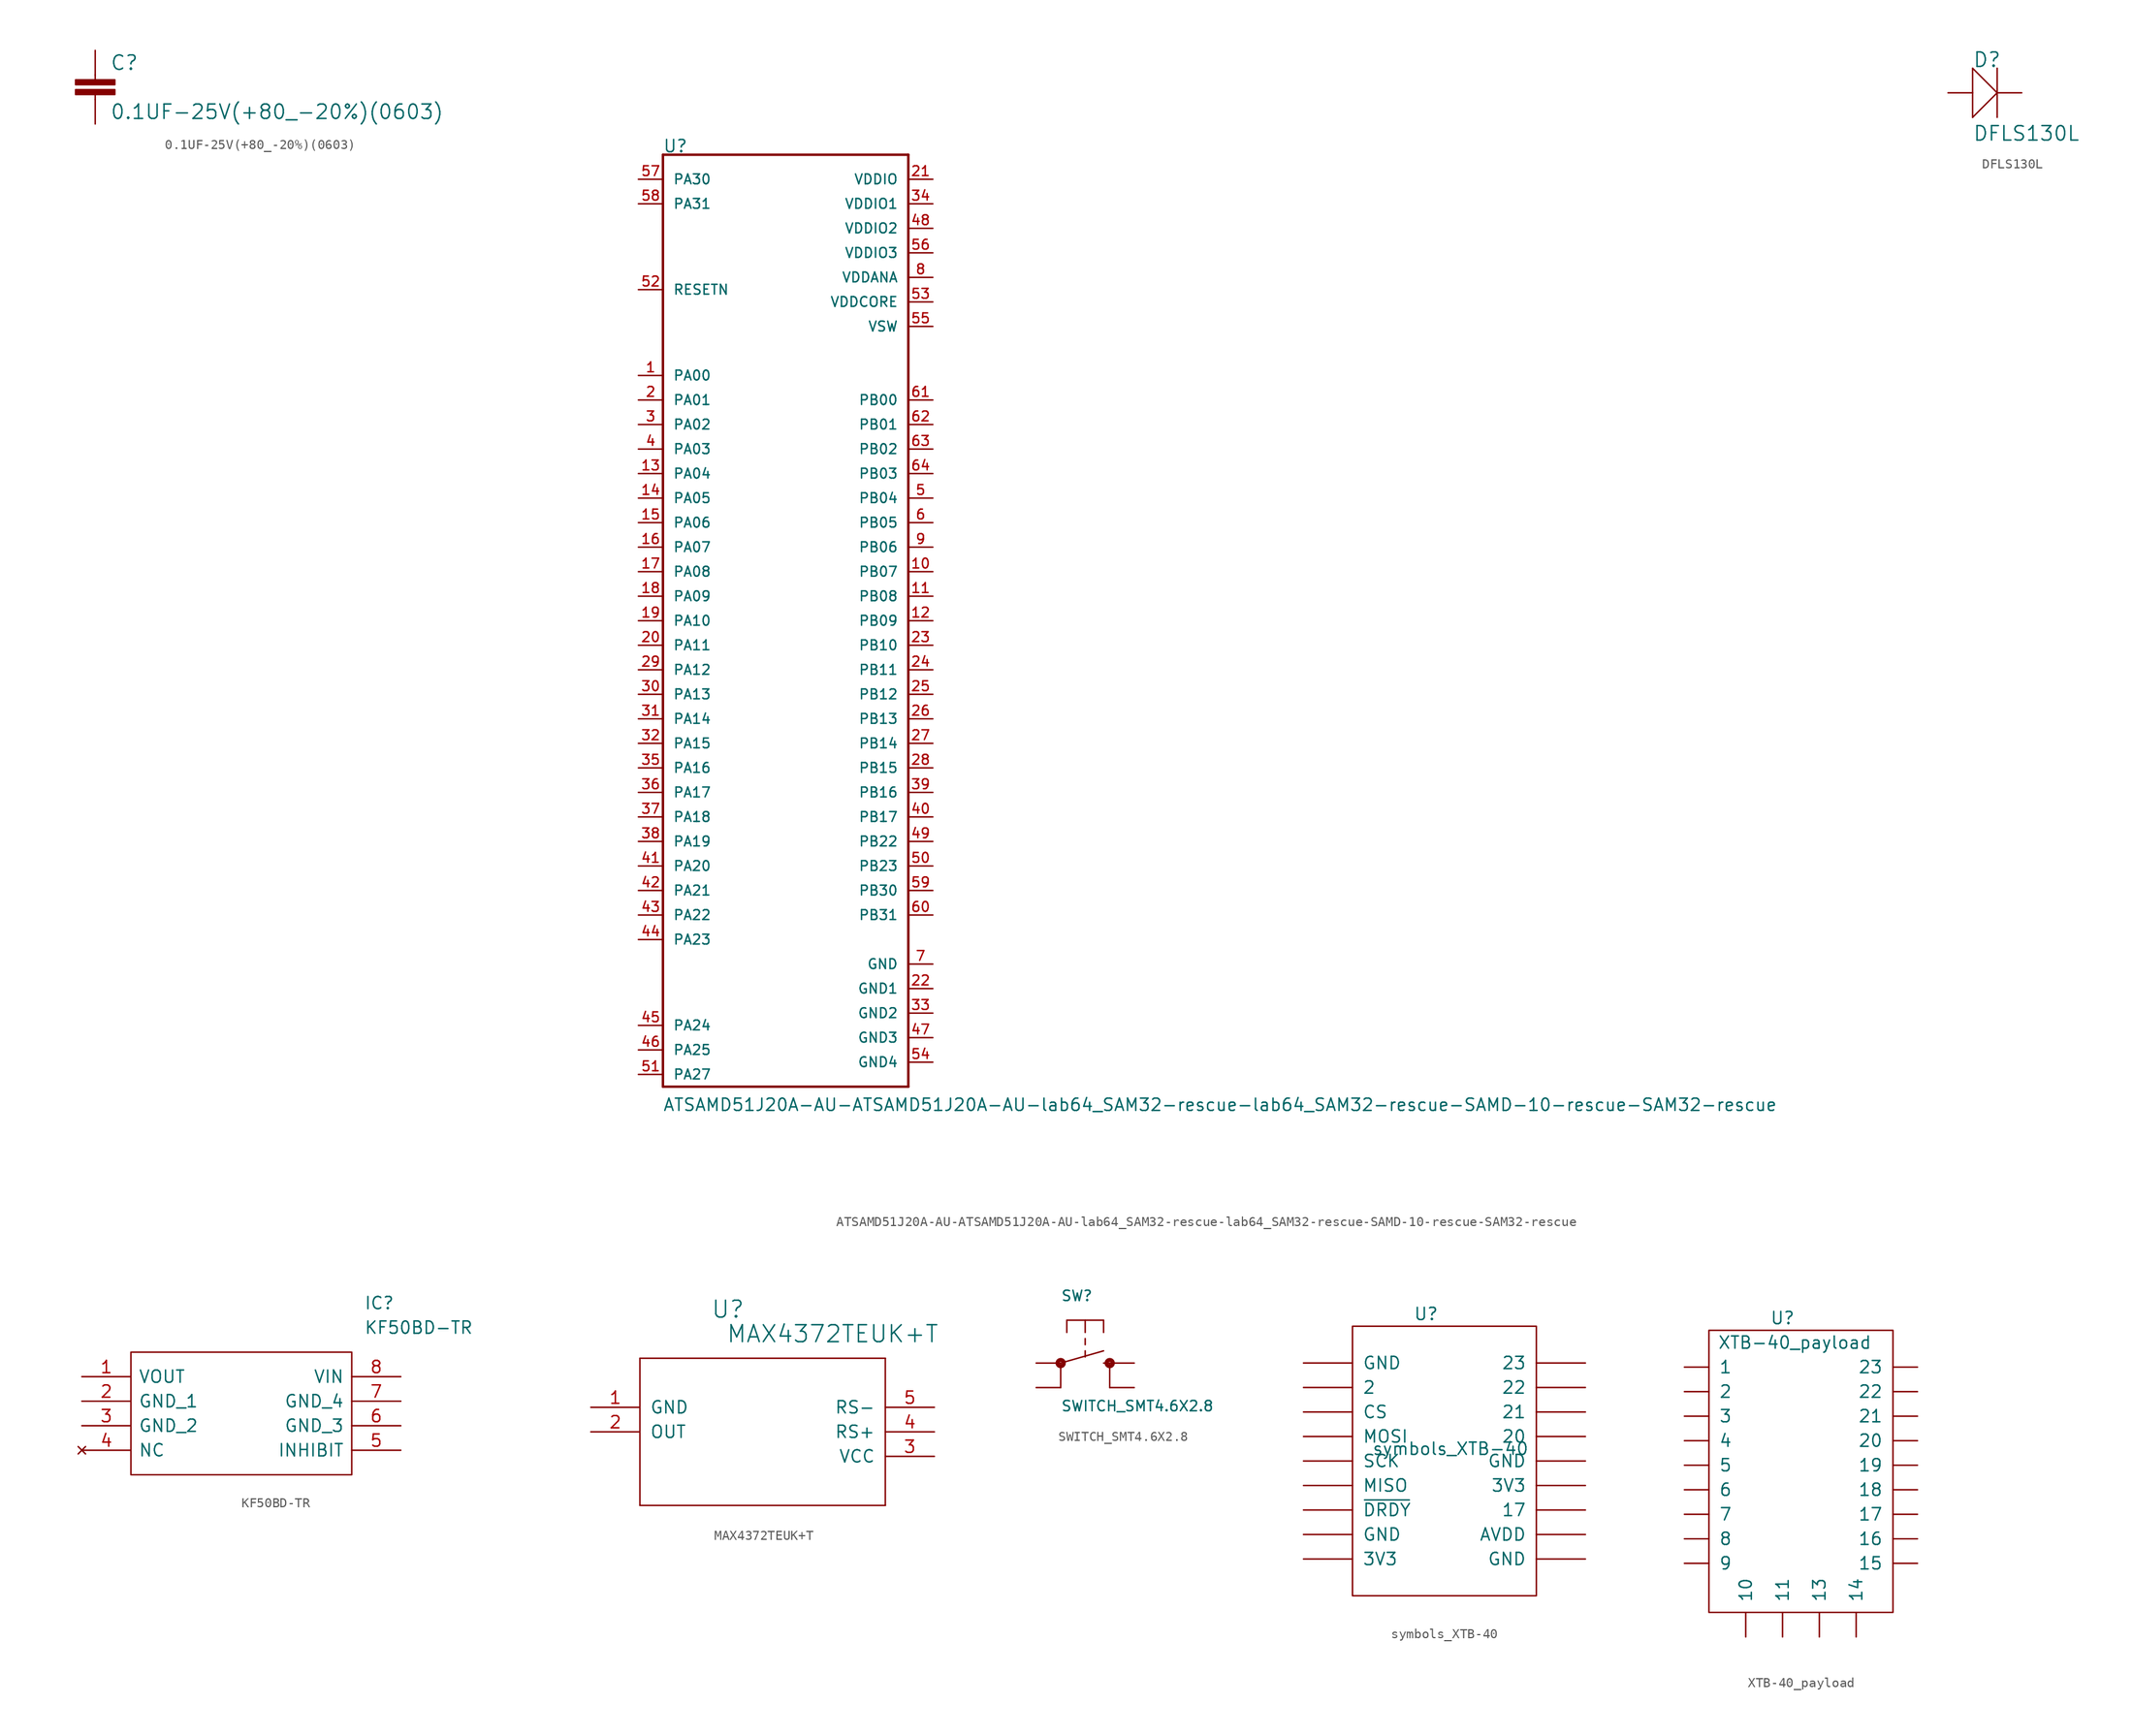
<source format=kicad_sym>
(kicad_symbol_lib
  (version 20220914)
  (generator kicad_symbol_editor)
  (symbol "0.1UF-25V(+80_-20%)(0603)"
    (pin_names
      (offset 1.016))
    (property "Reference" "C"
      (at 1.524 2.921 0)
      (effects (font (size 1.499 1.499)) (justify left bottom)))
    (property "Value" "0.1UF-25V(+80_-20%)(0603)"
      (at 1.524 -2.159 0)
      (effects (font (size 1.499 1.499)) (justify left bottom)))
    (property "ki_locked" ""
      (at 0 0 0)
      (effects (font (size 1.27 1.27))))
    (symbol "0.1UF-25V(+80_-20%)(0603)_1_0"
      (rectangle (start -2.032 0.508) (end 2.032 1.016) (stroke (width 0) (type default)) (fill (type outline)))
      (rectangle (start -2.032 1.524) (end 2.032 2.032) (stroke (width 0) (type default)) (fill (type outline)))
      (polyline (pts (xy 0 0) (xy 0 0.508)) (stroke (width 0) (type default)) (fill (type none)))
      (polyline (pts (xy 0 2.54) (xy 0 2.032)) (stroke (width 0) (type default)) (fill (type none)))
      (pin passive line (at 0 5.08 270) (length 2.54) (name "1" (effects (font (size 0 0)))) (number "1" (effects (font (size 0 0)))))
      (pin passive line (at 0 -2.54 90) (length 2.54) (name "2" (effects (font (size 0 0)))) (number "2" (effects (font (size 0 0)))))))
  (symbol "ATSAMD51J20A-AU-ATSAMD51J20A-AU-lab64_SAM32-rescue-lab64_SAM32-rescue-SAMD-10-rescue-SAM32-rescue"
    (pin_names
      (offset 1.016))
    (property "Reference" "U"
      (at -12.725 48.412 0)
      (effects (font (size 1.27 1.27)) (justify left bottom)))
    (property "Value" "ATSAMD51J20A-AU-ATSAMD51J20A-AU-lab64_SAM32-rescue-lab64_SAM32-rescue-SAMD-10-rescue-SAM32-rescue"
      (at -12.725 -50.876 0)
      (effects (font (size 1.27 1.27)) (justify left bottom)))
    (property "ki_locked" ""
      (at 0 0 0)
      (effects (font (size 1.27 1.27))))
    (symbol "ATSAMD51J20A-AU-ATSAMD51J20A-AU-lab64_SAM32-rescue-lab64_SAM32-rescue-SAMD-10-rescue-SAM32-rescue_0_0"
      (polyline (pts (xy -12.7 -48.26) (xy 12.7 -48.26)) (stroke (width 0.254) (type default)) (fill (type none)))
      (polyline (pts (xy -12.7 48.26) (xy -12.7 -48.26)) (stroke (width 0.254) (type default)) (fill (type none)))
      (polyline (pts (xy 12.7 -48.26) (xy 12.7 48.26)) (stroke (width 0.254) (type default)) (fill (type none)))
      (polyline (pts (xy 12.7 48.26) (xy -12.7 48.26)) (stroke (width 0.254) (type default)) (fill (type none)))
      (pin bidirectional line (at -15.24 25.4 0) (length 2.54) (name "PA00" (effects (font (size 1.016 1.016)))) (number "1" (effects (font (size 1.016 1.016)))))
      (pin bidirectional line (at 15.24 5.08 180) (length 2.54) (name "PB07" (effects (font (size 1.016 1.016)))) (number "10" (effects (font (size 1.016 1.016)))))
      (pin bidirectional line (at 15.24 2.54 180) (length 2.54) (name "PB08" (effects (font (size 1.016 1.016)))) (number "11" (effects (font (size 1.016 1.016)))))
      (pin bidirectional line (at 15.24 0 180) (length 2.54) (name "PB09" (effects (font (size 1.016 1.016)))) (number "12" (effects (font (size 1.016 1.016)))))
      (pin bidirectional line (at -15.24 15.24 0) (length 2.54) (name "PA04" (effects (font (size 1.016 1.016)))) (number "13" (effects (font (size 1.016 1.016)))))
      (pin bidirectional line (at -15.24 12.7 0) (length 2.54) (name "PA05" (effects (font (size 1.016 1.016)))) (number "14" (effects (font (size 1.016 1.016)))))
      (pin bidirectional line (at -15.24 10.16 0) (length 2.54) (name "PA06" (effects (font (size 1.016 1.016)))) (number "15" (effects (font (size 1.016 1.016)))))
      (pin bidirectional line (at -15.24 7.62 0) (length 2.54) (name "PA07" (effects (font (size 1.016 1.016)))) (number "16" (effects (font (size 1.016 1.016)))))
      (pin bidirectional line (at -15.24 5.08 0) (length 2.54) (name "PA08" (effects (font (size 1.016 1.016)))) (number "17" (effects (font (size 1.016 1.016)))))
      (pin bidirectional line (at -15.24 2.54 0) (length 2.54) (name "PA09" (effects (font (size 1.016 1.016)))) (number "18" (effects (font (size 1.016 1.016)))))
      (pin bidirectional line (at -15.24 0 0) (length 2.54) (name "PA10" (effects (font (size 1.016 1.016)))) (number "19" (effects (font (size 1.016 1.016)))))
      (pin bidirectional line (at -15.24 22.86 0) (length 2.54) (name "PA01" (effects (font (size 1.016 1.016)))) (number "2" (effects (font (size 1.016 1.016)))))
      (pin bidirectional line (at -15.24 -2.54 0) (length 2.54) (name "PA11" (effects (font (size 1.016 1.016)))) (number "20" (effects (font (size 1.016 1.016)))))
      (pin power_in line (at 15.24 45.72 180) (length 2.54) (name "VDDIO" (effects (font (size 1.016 1.016)))) (number "21" (effects (font (size 1.016 1.016)))))
      (pin power_in line (at 15.24 -38.1 180) (length 2.54) (name "GND1" (effects (font (size 1.016 1.016)))) (number "22" (effects (font (size 1.016 1.016)))))
      (pin bidirectional line (at 15.24 -2.54 180) (length 2.54) (name "PB10" (effects (font (size 1.016 1.016)))) (number "23" (effects (font (size 1.016 1.016)))))
      (pin bidirectional line (at 15.24 -5.08 180) (length 2.54) (name "PB11" (effects (font (size 1.016 1.016)))) (number "24" (effects (font (size 1.016 1.016)))))
      (pin bidirectional line (at 15.24 -7.62 180) (length 2.54) (name "PB12" (effects (font (size 1.016 1.016)))) (number "25" (effects (font (size 1.016 1.016)))))
      (pin bidirectional line (at 15.24 -10.16 180) (length 2.54) (name "PB13" (effects (font (size 1.016 1.016)))) (number "26" (effects (font (size 1.016 1.016)))))
      (pin bidirectional line (at 15.24 -12.7 180) (length 2.54) (name "PB14" (effects (font (size 1.016 1.016)))) (number "27" (effects (font (size 1.016 1.016)))))
      (pin bidirectional line (at 15.24 -15.24 180) (length 2.54) (name "PB15" (effects (font (size 1.016 1.016)))) (number "28" (effects (font (size 1.016 1.016)))))
      (pin bidirectional line (at -15.24 -5.08 0) (length 2.54) (name "PA12" (effects (font (size 1.016 1.016)))) (number "29" (effects (font (size 1.016 1.016)))))
      (pin bidirectional line (at -15.24 20.32 0) (length 2.54) (name "PA02" (effects (font (size 1.016 1.016)))) (number "3" (effects (font (size 1.016 1.016)))))
      (pin bidirectional line (at -15.24 -7.62 0) (length 2.54) (name "PA13" (effects (font (size 1.016 1.016)))) (number "30" (effects (font (size 1.016 1.016)))))
      (pin bidirectional line (at -15.24 -10.16 0) (length 2.54) (name "PA14" (effects (font (size 1.016 1.016)))) (number "31" (effects (font (size 1.016 1.016)))))
      (pin bidirectional line (at -15.24 -12.7 0) (length 2.54) (name "PA15" (effects (font (size 1.016 1.016)))) (number "32" (effects (font (size 1.016 1.016)))))
      (pin power_in line (at 15.24 -40.64 180) (length 2.54) (name "GND2" (effects (font (size 1.016 1.016)))) (number "33" (effects (font (size 1.016 1.016)))))
      (pin power_in line (at 15.24 43.18 180) (length 2.54) (name "VDDIO1" (effects (font (size 1.016 1.016)))) (number "34" (effects (font (size 1.016 1.016)))))
      (pin bidirectional line (at -15.24 -15.24 0) (length 2.54) (name "PA16" (effects (font (size 1.016 1.016)))) (number "35" (effects (font (size 1.016 1.016)))))
      (pin bidirectional line (at -15.24 -17.78 0) (length 2.54) (name "PA17" (effects (font (size 1.016 1.016)))) (number "36" (effects (font (size 1.016 1.016)))))
      (pin bidirectional line (at -15.24 -20.32 0) (length 2.54) (name "PA18" (effects (font (size 1.016 1.016)))) (number "37" (effects (font (size 1.016 1.016)))))
      (pin bidirectional line (at -15.24 -22.86 0) (length 2.54) (name "PA19" (effects (font (size 1.016 1.016)))) (number "38" (effects (font (size 1.016 1.016)))))
      (pin bidirectional line (at 15.24 -17.78 180) (length 2.54) (name "PB16" (effects (font (size 1.016 1.016)))) (number "39" (effects (font (size 1.016 1.016)))))
      (pin bidirectional line (at -15.24 17.78 0) (length 2.54) (name "PA03" (effects (font (size 1.016 1.016)))) (number "4" (effects (font (size 1.016 1.016)))))
      (pin bidirectional line (at 15.24 -20.32 180) (length 2.54) (name "PB17" (effects (font (size 1.016 1.016)))) (number "40" (effects (font (size 1.016 1.016)))))
      (pin bidirectional line (at -15.24 -25.4 0) (length 2.54) (name "PA20" (effects (font (size 1.016 1.016)))) (number "41" (effects (font (size 1.016 1.016)))))
      (pin bidirectional line (at -15.24 -27.94 0) (length 2.54) (name "PA21" (effects (font (size 1.016 1.016)))) (number "42" (effects (font (size 1.016 1.016)))))
      (pin bidirectional line (at -15.24 -30.48 0) (length 2.54) (name "PA22" (effects (font (size 1.016 1.016)))) (number "43" (effects (font (size 1.016 1.016)))))
      (pin bidirectional line (at -15.24 -33.02 0) (length 2.54) (name "PA23" (effects (font (size 1.016 1.016)))) (number "44" (effects (font (size 1.016 1.016)))))
      (pin bidirectional line (at -15.24 -41.91 0) (length 2.54) (name "PA24" (effects (font (size 1.016 1.016)))) (number "45" (effects (font (size 1.016 1.016)))))
      (pin bidirectional line (at -15.24 -44.45 0) (length 2.54) (name "PA25" (effects (font (size 1.016 1.016)))) (number "46" (effects (font (size 1.016 1.016)))))
      (pin power_in line (at 15.24 -43.18 180) (length 2.54) (name "GND3" (effects (font (size 1.016 1.016)))) (number "47" (effects (font (size 1.016 1.016)))))
      (pin power_in line (at 15.24 40.64 180) (length 2.54) (name "VDDIO2" (effects (font (size 1.016 1.016)))) (number "48" (effects (font (size 1.016 1.016)))))
      (pin bidirectional line (at 15.24 -22.86 180) (length 2.54) (name "PB22" (effects (font (size 1.016 1.016)))) (number "49" (effects (font (size 1.016 1.016)))))
      (pin bidirectional line (at 15.24 12.7 180) (length 2.54) (name "PB04" (effects (font (size 1.016 1.016)))) (number "5" (effects (font (size 1.016 1.016)))))
      (pin bidirectional line (at 15.24 -25.4 180) (length 2.54) (name "PB23" (effects (font (size 1.016 1.016)))) (number "50" (effects (font (size 1.016 1.016)))))
      (pin bidirectional line (at -15.24 -46.99 0) (length 2.54) (name "PA27" (effects (font (size 1.016 1.016)))) (number "51" (effects (font (size 1.016 1.016)))))
      (pin input line (at -15.24 34.29 0) (length 2.54) (name "RESETN" (effects (font (size 1.016 1.016)))) (number "52" (effects (font (size 1.016 1.016)))))
      (pin power_in line (at 15.24 33.02 180) (length 2.54) (name "VDDCORE" (effects (font (size 1.016 1.016)))) (number "53" (effects (font (size 1.016 1.016)))))
      (pin power_in line (at 15.24 -45.72 180) (length 2.54) (name "GND4" (effects (font (size 1.016 1.016)))) (number "54" (effects (font (size 1.016 1.016)))))
      (pin power_in line (at 15.24 30.48 180) (length 2.54) (name "VSW" (effects (font (size 1.016 1.016)))) (number "55" (effects (font (size 1.016 1.016)))))
      (pin power_in line (at 15.24 38.1 180) (length 2.54) (name "VDDIO3" (effects (font (size 1.016 1.016)))) (number "56" (effects (font (size 1.016 1.016)))))
      (pin bidirectional line (at -15.24 45.72 0) (length 2.54) (name "PA30" (effects (font (size 1.016 1.016)))) (number "57" (effects (font (size 1.016 1.016)))))
      (pin bidirectional line (at -15.24 43.18 0) (length 2.54) (name "PA31" (effects (font (size 1.016 1.016)))) (number "58" (effects (font (size 1.016 1.016)))))
      (pin bidirectional line (at 15.24 -27.94 180) (length 2.54) (name "PB30" (effects (font (size 1.016 1.016)))) (number "59" (effects (font (size 1.016 1.016)))))
      (pin bidirectional line (at 15.24 10.16 180) (length 2.54) (name "PB05" (effects (font (size 1.016 1.016)))) (number "6" (effects (font (size 1.016 1.016)))))
      (pin bidirectional line (at 15.24 -30.48 180) (length 2.54) (name "PB31" (effects (font (size 1.016 1.016)))) (number "60" (effects (font (size 1.016 1.016)))))
      (pin bidirectional line (at 15.24 22.86 180) (length 2.54) (name "PB00" (effects (font (size 1.016 1.016)))) (number "61" (effects (font (size 1.016 1.016)))))
      (pin bidirectional line (at 15.24 20.32 180) (length 2.54) (name "PB01" (effects (font (size 1.016 1.016)))) (number "62" (effects (font (size 1.016 1.016)))))
      (pin bidirectional line (at 15.24 17.78 180) (length 2.54) (name "PB02" (effects (font (size 1.016 1.016)))) (number "63" (effects (font (size 1.016 1.016)))))
      (pin bidirectional line (at 15.24 15.24 180) (length 2.54) (name "PB03" (effects (font (size 1.016 1.016)))) (number "64" (effects (font (size 1.016 1.016)))))
      (pin power_in line (at 15.24 -35.56 180) (length 2.54) (name "GND" (effects (font (size 1.016 1.016)))) (number "7" (effects (font (size 1.016 1.016)))))
      (pin power_in line (at 15.24 35.56 180) (length 2.54) (name "VDDANA" (effects (font (size 1.016 1.016)))) (number "8" (effects (font (size 1.016 1.016)))))
      (pin bidirectional line (at 15.24 7.62 180) (length 2.54) (name "PB06" (effects (font (size 1.016 1.016)))) (number "9" (effects (font (size 1.016 1.016)))))))
  (symbol "DFLS130L"
    (pin_names
      (offset 1.016))
    (property "Reference" "D"
      (at 0 2.54 0)
      (effects (font (size 1.499 1.499)) (justify left bottom)))
    (property "Value" "DFLS130L"
      (at 0 -5.08 0)
      (effects (font (size 1.499 1.499)) (justify left bottom)))
    (property "ki_locked" ""
      (at 0 0 0)
      (effects (font (size 1.27 1.27))))
    (symbol "DFLS130L_1_0"
      (polyline (pts (xy 0 -2.54) (xy 2.54 0)) (stroke (width 0) (type default)) (fill (type none)))
      (polyline (pts (xy 0 2.54) (xy 0 -2.54)) (stroke (width 0) (type default)) (fill (type none)))
      (polyline (pts (xy 2.54 0) (xy 0 2.54)) (stroke (width 0) (type default)) (fill (type none)))
      (polyline (pts (xy 2.54 2.54) (xy 2.54 -2.54)) (stroke (width 0) (type default)) (fill (type none)))
      (pin bidirectional line (at -2.54 0 0) (length 2.54) (name "A" (effects (font (size 0 0)))) (number "A" (effects (font (size 0 0)))))
      (pin bidirectional line (at 5.08 0 180) (length 2.54) (name "C" (effects (font (size 0 0)))) (number "C" (effects (font (size 0 0)))))))
  (symbol "KF50BD-TR"
    (pin_names
      (offset 0.762))
    (property "Reference" "IC"
      (at 29.21 7.62 0)
      (effects (font (size 1.27 1.27)) (justify left)))
    (property "Value" "KF50BD-TR"
      (at 29.21 5.08 0)
      (effects (font (size 1.27 1.27)) (justify left)))
    (symbol "KF50BD-TR_0_0"
      (pin output line (at 0 0 0) (length 5.08) (name "VOUT" (effects (font (size 1.27 1.27)))) (number "1" (effects (font (size 1.27 1.27)))))
      (pin power_in line (at 0 -2.54 0) (length 5.08) (name "GND_1" (effects (font (size 1.27 1.27)))) (number "2" (effects (font (size 1.27 1.27)))))
      (pin power_in line (at 0 -5.08 0) (length 5.08) (name "GND_2" (effects (font (size 1.27 1.27)))) (number "3" (effects (font (size 1.27 1.27)))))
      (pin no_connect line (at 0 -7.62 0) (length 5.08) (name "NC" (effects (font (size 1.27 1.27)))) (number "4" (effects (font (size 1.27 1.27)))))
      (pin input line (at 33.02 -7.62 180) (length 5.08) (name "INHIBIT" (effects (font (size 1.27 1.27)))) (number "5" (effects (font (size 1.27 1.27)))))
      (pin power_in line (at 33.02 -5.08 180) (length 5.08) (name "GND_3" (effects (font (size 1.27 1.27)))) (number "6" (effects (font (size 1.27 1.27)))))
      (pin power_in line (at 33.02 -2.54 180) (length 5.08) (name "GND_4" (effects (font (size 1.27 1.27)))) (number "7" (effects (font (size 1.27 1.27)))))
      (pin input line (at 33.02 0 180) (length 5.08) (name "VIN" (effects (font (size 1.27 1.27)))) (number "8" (effects (font (size 1.27 1.27))))))
    (symbol "KF50BD-TR_0_1"
      (polyline (pts (xy 5.08 2.54) (xy 27.94 2.54) (xy 27.94 -10.16) (xy 5.08 -10.16) (xy 5.08 2.54)) (stroke (width 0.152) (type default)) (fill (type none)))))
  (symbol "MAX4372TEUK+T"
    (pin_names
      (offset 1.016))
    (property "Reference" "U"
      (at 14.961 9.119 0)
      (effects (font (size 1.753 1.753)) (justify left bottom)))
    (property "Value" "MAX4372TEUK+T"
      (at 16.535 6.579 0)
      (effects (font (size 1.753 1.753)) (justify left bottom)))
    (property "ki_locked" ""
      (at 0 0 0)
      (effects (font (size 1.27 1.27))))
    (symbol "MAX4372TEUK+T_1_0"
      (polyline (pts (xy 7.62 -10.16) (xy 33.02 -10.16)) (stroke (width 0) (type default)) (fill (type none)))
      (polyline (pts (xy 7.62 5.08) (xy 7.62 -10.16)) (stroke (width 0) (type default)) (fill (type none)))
      (polyline (pts (xy 33.02 -10.16) (xy 33.02 5.08)) (stroke (width 0) (type default)) (fill (type none)))
      (polyline (pts (xy 33.02 5.08) (xy 7.62 5.08)) (stroke (width 0) (type default)) (fill (type none)))
      (pin power_in line (at 2.54 0 0) (length 5.08) (name "GND" (effects (font (size 1.27 1.27)))) (number "1" (effects (font (size 1.27 1.27)))))
      (pin output line (at 2.54 -2.54 0) (length 5.08) (name "OUT" (effects (font (size 1.27 1.27)))) (number "2" (effects (font (size 1.27 1.27)))))
      (pin power_in line (at 38.1 -5.08 180) (length 5.08) (name "VCC" (effects (font (size 1.27 1.27)))) (number "3" (effects (font (size 1.27 1.27)))))
      (pin passive line (at 38.1 -2.54 180) (length 5.08) (name "RS+" (effects (font (size 1.27 1.27)))) (number "4" (effects (font (size 1.27 1.27)))))
      (pin passive line (at 38.1 0 180) (length 5.08) (name "RS-" (effects (font (size 1.27 1.27)))) (number "5" (effects (font (size 1.27 1.27)))))))
  (symbol "SWITCH_SMT4.6X2.8"
    (pin_names
      (offset 1.016))
    (property "Reference" "SW"
      (at -2.54 6.35 0)
      (effects (font (size 1.067 1.067)) (justify left bottom)))
    (property "Value" "SWITCH_SMT4.6X2.8"
      (at -2.54 -5.08 0)
      (effects (font (size 1.067 1.067)) (justify left bottom)))
    (property "ki_locked" ""
      (at 0 0 0)
      (effects (font (size 1.27 1.27))))
    (symbol "SWITCH_SMT4.6X2.8_1_0"
      (circle (center -2.54 0) (radius 0.127) (stroke (width 0.406) (type default)) (fill (type none)))
      (polyline (pts (xy -2.54 -2.54) (xy -2.54 0)) (stroke (width 0) (type default)) (fill (type none)))
      (polyline (pts (xy -2.54 0) (xy 1.905 1.27)) (stroke (width 0) (type default)) (fill (type none)))
      (polyline (pts (xy -1.905 4.445) (xy -1.905 3.175)) (stroke (width 0) (type default)) (fill (type none)))
      (polyline (pts (xy 0 1.27) (xy 0 0.635)) (stroke (width 0) (type default)) (fill (type none)))
      (polyline (pts (xy 0 2.54) (xy 0 1.905)) (stroke (width 0) (type default)) (fill (type none)))
      (polyline (pts (xy 0 4.445) (xy -1.905 4.445)) (stroke (width 0) (type default)) (fill (type none)))
      (polyline (pts (xy 0 4.445) (xy 0 3.175)) (stroke (width 0) (type default)) (fill (type none)))
      (polyline (pts (xy 1.905 0) (xy 2.54 0)) (stroke (width 0) (type default)) (fill (type none)))
      (polyline (pts (xy 1.905 4.445) (xy 0 4.445)) (stroke (width 0) (type default)) (fill (type none)))
      (polyline (pts (xy 1.905 4.445) (xy 1.905 3.175)) (stroke (width 0) (type default)) (fill (type none)))
      (polyline (pts (xy 2.54 -2.54) (xy 2.54 0)) (stroke (width 0) (type default)) (fill (type none)))
      (circle (center 2.54 0) (radius 0.127) (stroke (width 0.406) (type default)) (fill (type none)))
      (pin passive line (at -5.08 0 0) (length 2.54) (name "P" (effects (font (size 0 0)))) (number "A" (effects (font (size 0 0)))))
      (pin passive line (at -5.08 -2.54 0) (length 2.54) (name "P1" (effects (font (size 0 0)))) (number "A'" (effects (font (size 0 0)))))
      (pin passive line (at 5.08 0 180) (length 2.54) (name "S" (effects (font (size 0 0)))) (number "B" (effects (font (size 0 0)))))
      (pin passive line (at 5.08 -2.54 180) (length 2.54) (name "S1" (effects (font (size 0 0)))) (number "B'" (effects (font (size 0 0)))))))
  (symbol "symbols_XTB-40"
    (pin_names
      (offset 1.016))
    (property "Reference" "U"
      (at -2.54 13.97 0)
      (effects (font (size 1.27 1.27))))
    (property "Value" "symbols_XTB-40"
      (at 0 0 0)
      (effects (font (size 1.27 1.27))))
    (symbol "symbols_XTB-40_1_0"
      (pin bidirectional line (at -15.24 8.89 0) (length 5.08) (name "GND" (effects (font (size 1.27 1.27)))) (number "1" (effects (font (size 0 0))))))
    (symbol "symbols_XTB-40_1_1"
      (rectangle (start -10.16 12.7) (end 8.89 -15.24) (stroke (width 0) (type default)) (fill (type none)))
      (pin bidirectional line (at 13.97 -11.43 180) (length 5.08) hide (name "GND" (effects (font (size 1.27 1.27)))) (number "10" (effects (font (size 0 0)))))
      (pin bidirectional line (at 13.97 -8.89 180) (length 5.08) hide (name "AVDD" (effects (font (size 1.27 1.27)))) (number "11" (effects (font (size 0 0)))))
      (pin bidirectional line (at 13.97 -11.43 180) (length 5.08) (name "GND" (effects (font (size 1.27 1.27)))) (number "15" (effects (font (size 0 0)))))
      (pin bidirectional line (at 13.97 -8.89 180) (length 5.08) (name "AVDD" (effects (font (size 1.27 1.27)))) (number "16" (effects (font (size 0 0)))))
      (pin bidirectional line (at 13.97 -6.35 180) (length 5.08) (name "17" (effects (font (size 1.27 1.27)))) (number "17" (effects (font (size 0 0)))))
      (pin bidirectional line (at 13.97 -3.81 180) (length 5.08) (name "3V3" (effects (font (size 1.27 1.27)))) (number "18" (effects (font (size 0 0)))))
      (pin bidirectional line (at 13.97 -1.27 180) (length 5.08) (name "GND" (effects (font (size 1.27 1.27)))) (number "19" (effects (font (size 0 0)))))
      (pin bidirectional line (at -15.24 6.35 0) (length 5.08) (name "2" (effects (font (size 1.27 1.27)))) (number "2" (effects (font (size 0 0)))))
      (pin bidirectional line (at 13.97 1.27 180) (length 5.08) (name "20" (effects (font (size 1.27 1.27)))) (number "20" (effects (font (size 0 0)))))
      (pin bidirectional line (at 13.97 3.81 180) (length 5.08) (name "21" (effects (font (size 1.27 1.27)))) (number "21" (effects (font (size 0 0)))))
      (pin bidirectional line (at 13.97 6.35 180) (length 5.08) (name "22" (effects (font (size 1.27 1.27)))) (number "22" (effects (font (size 0 0)))))
      (pin bidirectional line (at 13.97 8.89 180) (length 5.08) (name "23" (effects (font (size 1.27 1.27)))) (number "23" (effects (font (size 0 0)))))
      (pin bidirectional line (at -15.24 3.81 0) (length 5.08) (name "CS" (effects (font (size 1.27 1.27)))) (number "3" (effects (font (size 0 0)))))
      (pin bidirectional line (at -15.24 1.27 0) (length 5.08) (name "MOSI" (effects (font (size 1.27 1.27)))) (number "4" (effects (font (size 0 0)))))
      (pin bidirectional line (at -15.24 -1.27 0) (length 5.08) (name "SCK" (effects (font (size 1.27 1.27)))) (number "5" (effects (font (size 0 0)))))
      (pin bidirectional line (at -15.24 -3.81 0) (length 5.08) (name "MISO" (effects (font (size 1.27 1.27)))) (number "6" (effects (font (size 0 0)))))
      (pin bidirectional line (at -15.24 -6.35 0) (length 5.08) (name "~{DRDY}" (effects (font (size 1.27 1.27)))) (number "7" (effects (font (size 0 0)))))
      (pin bidirectional line (at -15.24 -8.89 0) (length 5.08) (name "GND" (effects (font (size 1.27 1.27)))) (number "8" (effects (font (size 0 0)))))
      (pin bidirectional line (at -15.24 -11.43 0) (length 5.08) (name "3V3" (effects (font (size 1.27 1.27)))) (number "9" (effects (font (size 0 0)))))))
  (symbol "XTB-40_payload"
    (pin_names
      (offset 1.016))
    (property "Reference" "U"
      (at -2.54 13.97 0)
      (effects (font (size 1.27 1.27))))
    (property "Value" "XTB-40_payload"
      (at -1.27 11.43 0)
      (effects (font (size 1.27 1.27))))
    (symbol "XTB-40_payload_1_0"
      (pin bidirectional line (at -12.7 8.89 0) (length 2.54) (name "1" (effects (font (size 1.27 1.27)))) (number "1" (effects (font (size 0 0))))))
    (symbol "XTB-40_payload_1_1"
      (rectangle (start -10.16 12.7) (end 8.89 -16.51) (stroke (width 0) (type default)) (fill (type none)))
      (pin bidirectional line (at -6.35 -19.05 90) (length 2.54) (name "10" (effects (font (size 1.27 1.27)))) (number "10" (effects (font (size 0 0)))))
      (pin bidirectional line (at -2.54 -19.05 90) (length 2.54) (name "11" (effects (font (size 1.27 1.27)))) (number "11" (effects (font (size 0 0)))))
      (pin bidirectional line (at 1.27 -19.05 90) (length 2.54) (name "13" (effects (font (size 1.27 1.27)))) (number "13" (effects (font (size 0 0)))))
      (pin bidirectional line (at 5.08 -19.05 90) (length 2.54) (name "14" (effects (font (size 1.27 1.27)))) (number "14" (effects (font (size 0 0)))))
      (pin bidirectional line (at 11.43 -11.43 180) (length 2.54) (name "15" (effects (font (size 1.27 1.27)))) (number "15" (effects (font (size 0 0)))))
      (pin bidirectional line (at 11.43 -8.89 180) (length 2.54) (name "16" (effects (font (size 1.27 1.27)))) (number "16" (effects (font (size 0 0)))))
      (pin bidirectional line (at 11.43 -6.35 180) (length 2.54) (name "17" (effects (font (size 1.27 1.27)))) (number "17" (effects (font (size 0 0)))))
      (pin bidirectional line (at 11.43 -3.81 180) (length 2.54) (name "18" (effects (font (size 1.27 1.27)))) (number "18" (effects (font (size 0 0)))))
      (pin bidirectional line (at 11.43 -1.27 180) (length 2.54) (name "19" (effects (font (size 1.27 1.27)))) (number "19" (effects (font (size 0 0)))))
      (pin bidirectional line (at -12.7 6.35 0) (length 2.54) (name "2" (effects (font (size 1.27 1.27)))) (number "2" (effects (font (size 0 0)))))
      (pin bidirectional line (at 11.43 1.27 180) (length 2.54) (name "20" (effects (font (size 1.27 1.27)))) (number "20" (effects (font (size 0 0)))))
      (pin bidirectional line (at 11.43 3.81 180) (length 2.54) (name "21" (effects (font (size 1.27 1.27)))) (number "21" (effects (font (size 0 0)))))
      (pin bidirectional line (at 11.43 6.35 180) (length 2.54) (name "22" (effects (font (size 1.27 1.27)))) (number "22" (effects (font (size 0 0)))))
      (pin bidirectional line (at 11.43 8.89 180) (length 2.54) (name "23" (effects (font (size 1.27 1.27)))) (number "23" (effects (font (size 0 0)))))
      (pin bidirectional line (at -12.7 3.81 0) (length 2.54) (name "3" (effects (font (size 1.27 1.27)))) (number "3" (effects (font (size 0 0)))))
      (pin bidirectional line (at -12.7 1.27 0) (length 2.54) (name "4" (effects (font (size 1.27 1.27)))) (number "4" (effects (font (size 0 0)))))
      (pin bidirectional line (at -12.7 -1.27 0) (length 2.54) (name "5" (effects (font (size 1.27 1.27)))) (number "5" (effects (font (size 0 0)))))
      (pin bidirectional line (at -12.7 -3.81 0) (length 2.54) (name "6" (effects (font (size 1.27 1.27)))) (number "6" (effects (font (size 0 0)))))
      (pin bidirectional line (at -12.7 -6.35 0) (length 2.54) (name "7" (effects (font (size 1.27 1.27)))) (number "7" (effects (font (size 0 0)))))
      (pin bidirectional line (at -12.7 -8.89 0) (length 2.54) (name "8" (effects (font (size 1.27 1.27)))) (number "8" (effects (font (size 0 0)))))
      (pin bidirectional line (at -12.7 -11.43 0) (length 2.54) (name "9" (effects (font (size 1.27 1.27)))) (number "9" (effects (font (size 0 0))))))))
</source>
